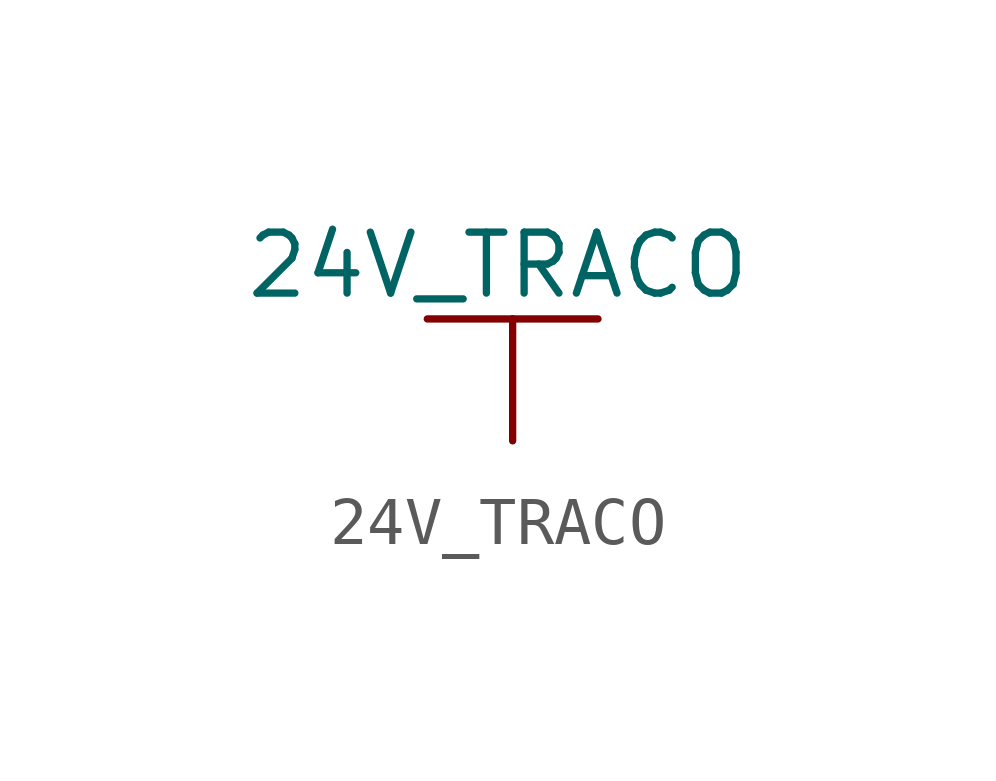
<source format=kicad_sym>
(kicad_symbol_lib
  (version 20220914)
  (generator kicad_symbol_editor)
  (symbol "24V_TRACO"
    (power)
    (pin_numbers hide)
    (pin_names
      (offset 0) hide)
    (property "Reference" "#PWR"
      (at -0.254 6.096 0)
      (effects (font (size 1.27 1.27)) hide))
    (property "Value" "24V_TRACO"
      (at -0.305 3.658 0)
      (effects (font (size 1.27 1.27))))
    (property "Footprint" ""
      (at 0 0 0)
      (effects (font (size 1.524 1.524))))
    (property "Datasheet" ""
      (at 0 0 0)
      (effects (font (size 1.524 1.524))))
    (symbol "24V_TRACO_0_1"
      (polyline (pts (xy -1.778 2.54) (xy 0 2.54)) (stroke (width 0) (type default)) (fill (type none)))
      (polyline (pts (xy 0 0) (xy 0 2.54)) (stroke (width 0) (type default)) (fill (type none)))
      (polyline (pts (xy 0 2.54) (xy 1.778 2.54)) (stroke (width 0) (type default)) (fill (type none))))
    (symbol "24V_TRACO_1_1"
      (pin power_in line (at 0 0 90) (length 0) hide (name "24V_TRACO" (effects (font (size 1.27 1.27)))) (number "1" (effects (font (size 1.27 1.27))))))))
</source>
